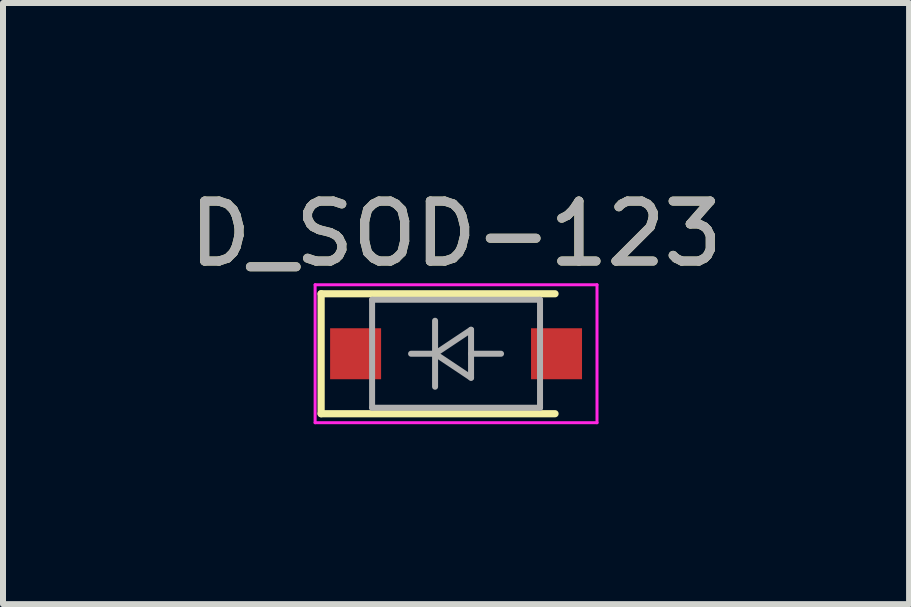
<source format=kicad_pcb>
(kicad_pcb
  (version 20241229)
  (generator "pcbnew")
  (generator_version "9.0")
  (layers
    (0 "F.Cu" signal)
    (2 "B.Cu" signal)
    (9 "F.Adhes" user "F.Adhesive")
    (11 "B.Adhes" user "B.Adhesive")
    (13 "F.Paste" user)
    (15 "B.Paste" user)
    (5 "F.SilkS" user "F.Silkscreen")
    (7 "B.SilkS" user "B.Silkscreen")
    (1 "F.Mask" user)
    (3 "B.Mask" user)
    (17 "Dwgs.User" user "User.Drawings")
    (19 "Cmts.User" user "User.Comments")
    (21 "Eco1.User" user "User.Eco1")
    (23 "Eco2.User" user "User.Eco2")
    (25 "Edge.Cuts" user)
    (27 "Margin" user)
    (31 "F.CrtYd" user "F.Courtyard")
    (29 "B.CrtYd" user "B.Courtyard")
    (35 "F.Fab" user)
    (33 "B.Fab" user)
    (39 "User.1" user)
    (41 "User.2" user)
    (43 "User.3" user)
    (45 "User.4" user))
  (footprint "D_SOD-123"
    (layer "F.Cu")
    (at 4.554 2.848)
    (property "Reference" "D_SOD-123" (at 0 -2 0) (layer "F.SilkS") (effects (font (size 1 1) (thickness 0.15))))
    (attr smd)
    (fp_line (start -2.25 -1) (end -2.25 1) (stroke (width 0.12) (type solid)) (layer "F.SilkS"))
    (fp_line (start -2.25 -1) (end 1.65 -1) (stroke (width 0.12) (type solid)) (layer "F.SilkS"))
    (fp_line (start -2.25 1) (end 1.65 1) (stroke (width 0.12) (type solid)) (layer "F.SilkS"))
    (fp_line (start -2.35 -1.15) (end -2.35 1.15) (stroke (width 0.05) (type solid)) (layer "F.CrtYd"))
    (fp_line (start -2.35 -1.15) (end 2.35 -1.15) (stroke (width 0.05) (type solid)) (layer "F.CrtYd"))
    (fp_line (start 2.35 -1.15) (end 2.35 1.15) (stroke (width 0.05) (type solid)) (layer "F.CrtYd"))
    (fp_line (start 2.35 1.15) (end -2.35 1.15) (stroke (width 0.05) (type solid)) (layer "F.CrtYd"))
    (fp_line (start -1.4 -0.9) (end 1.4 -0.9) (stroke (width 0.1) (type solid)) (layer "F.Fab"))
    (fp_line (start -1.4 0.9) (end -1.4 -0.9) (stroke (width 0.1) (type solid)) (layer "F.Fab"))
    (fp_line (start -0.75 0) (end -0.35 0) (stroke (width 0.1) (type solid)) (layer "F.Fab"))
    (fp_line (start -0.35 0) (end -0.35 -0.55) (stroke (width 0.1) (type solid)) (layer "F.Fab"))
    (fp_line (start -0.35 0) (end -0.35 0.55) (stroke (width 0.1) (type solid)) (layer "F.Fab"))
    (fp_line (start -0.35 0) (end 0.25 -0.4) (stroke (width 0.1) (type solid)) (layer "F.Fab"))
    (fp_line (start 0.25 -0.4) (end 0.25 0.4) (stroke (width 0.1) (type solid)) (layer "F.Fab"))
    (fp_line (start 0.25 0) (end 0.75 0) (stroke (width 0.1) (type solid)) (layer "F.Fab"))
    (fp_line (start 0.25 0.4) (end -0.35 0) (stroke (width 0.1) (type solid)) (layer "F.Fab"))
    (fp_line (start 1.4 -0.9) (end 1.4 0.9) (stroke (width 0.1) (type solid)) (layer "F.Fab"))
    (fp_line (start 1.4 0.9) (end -1.4 0.9) (stroke (width 0.1) (type solid)) (layer "F.Fab"))
    (fp_text user "${REFERENCE}" (at 0 -2 0) (layer "F.Fab") (effects (font (size 1 1) (thickness 0.15))))
    (pad "1" smd rect (at -1.675 0) (size 0.85 0.85) (layers "F.Cu" "F.Mask" "F.Paste"))
    (pad "2" smd rect (at 1.675 0) (size 0.85 0.85) (layers "F.Cu" "F.Mask" "F.Paste")))
  (gr_rect
    (start -3 -3)
    (end 12.107 7.023)
    (stroke (width 0.1) (type default))
    (fill no)
    (layer "Edge.Cuts")))
</source>
